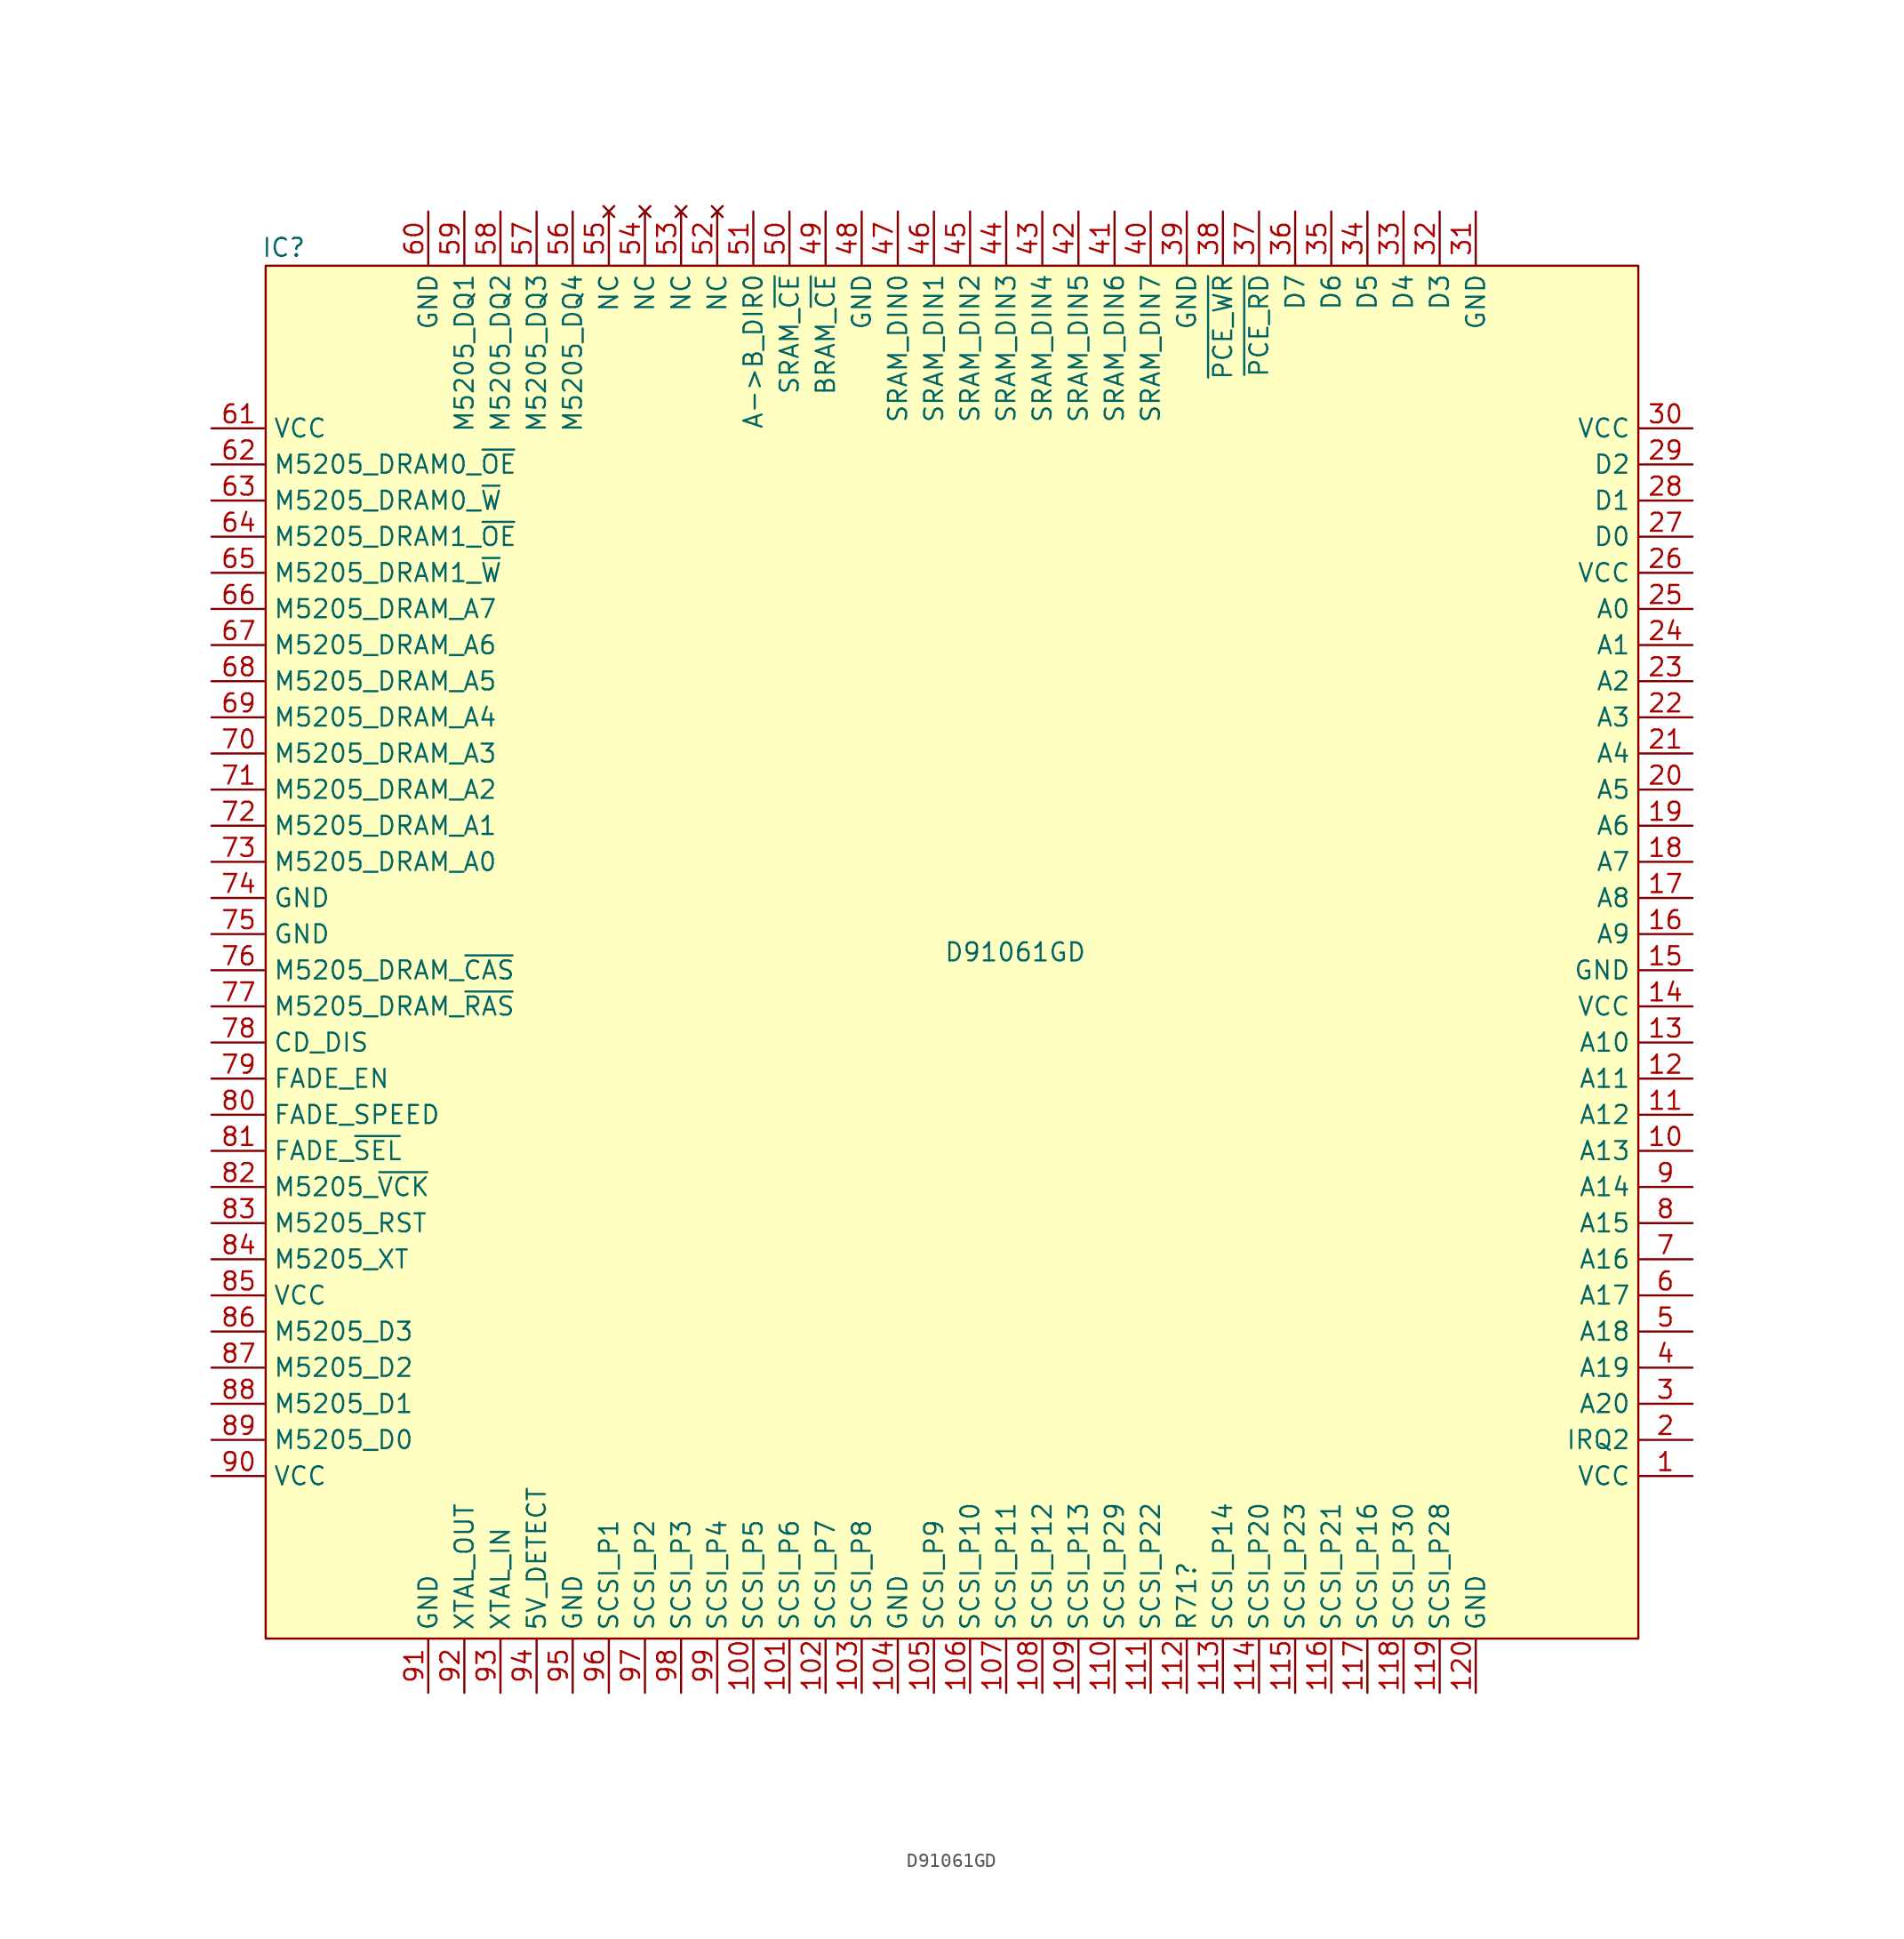
<source format=kicad_sym>
(kicad_symbol_lib
  (version 20211014)
  (generator kicad_symbol_editor)
  (symbol "D91061GD"
    (property "Reference" "IC"
      (at 3.81 12.7 0)
      (effects (font (size 1.27 1.27))))
    (property "Value" "D91061GD"
      (at 55.245 -36.83 0)
      (effects (font (size 1.27 1.27))))
    (symbol "D91061GD_0_1"
      (rectangle (start 2.54 11.43) (end 99.06 -85.09) (stroke (width 0.152) (type default) (color 0 0 0 0)) (fill (type background))))
    (symbol "D91061GD_1_1"
      (pin power_in line (at 102.87 -73.66 180) (length 3.81) (name "VCC" (effects (font (size 1.27 1.27)))) (number "1" (effects (font (size 1.27 1.27)))))
      (pin input line (at 102.87 -50.8 180) (length 3.81) (name "A13" (effects (font (size 1.27 1.27)))) (number "10" (effects (font (size 1.27 1.27)))))
      (pin output line (at 36.83 -88.9 90) (length 3.81) (name "SCSI_P5" (effects (font (size 1.27 1.27)))) (number "100" (effects (font (size 1.27 1.27)))))
      (pin output line (at 39.37 -88.9 90) (length 3.81) (name "SCSI_P6" (effects (font (size 1.27 1.27)))) (number "101" (effects (font (size 1.27 1.27)))))
      (pin output line (at 41.91 -88.9 90) (length 3.81) (name "SCSI_P7" (effects (font (size 1.27 1.27)))) (number "102" (effects (font (size 1.27 1.27)))))
      (pin output line (at 44.45 -88.9 90) (length 3.81) (name "SCSI_P8" (effects (font (size 1.27 1.27)))) (number "103" (effects (font (size 1.27 1.27)))))
      (pin power_in line (at 46.99 -88.9 90) (length 3.81) (name "GND" (effects (font (size 1.27 1.27)))) (number "104" (effects (font (size 1.27 1.27)))))
      (pin output line (at 49.53 -88.9 90) (length 3.81) (name "SCSI_P9" (effects (font (size 1.27 1.27)))) (number "105" (effects (font (size 1.27 1.27)))))
      (pin output line (at 52.07 -88.9 90) (length 3.81) (name "SCSI_P10" (effects (font (size 1.27 1.27)))) (number "106" (effects (font (size 1.27 1.27)))))
      (pin output line (at 54.61 -88.9 90) (length 3.81) (name "SCSI_P11" (effects (font (size 1.27 1.27)))) (number "107" (effects (font (size 1.27 1.27)))))
      (pin output line (at 57.15 -88.9 90) (length 3.81) (name "SCSI_P12" (effects (font (size 1.27 1.27)))) (number "108" (effects (font (size 1.27 1.27)))))
      (pin output line (at 59.69 -88.9 90) (length 3.81) (name "SCSI_P13" (effects (font (size 1.27 1.27)))) (number "109" (effects (font (size 1.27 1.27)))))
      (pin input line (at 102.87 -48.26 180) (length 3.81) (name "A12" (effects (font (size 1.27 1.27)))) (number "11" (effects (font (size 1.27 1.27)))))
      (pin output line (at 62.23 -88.9 90) (length 3.81) (name "SCSI_P29" (effects (font (size 1.27 1.27)))) (number "110" (effects (font (size 1.27 1.27)))))
      (pin output line (at 64.77 -88.9 90) (length 3.81) (name "SCSI_P22" (effects (font (size 1.27 1.27)))) (number "111" (effects (font (size 1.27 1.27)))))
      (pin input line (at 67.31 -88.9 90) (length 3.81) (name "R71?" (effects (font (size 1.27 1.27)))) (number "112" (effects (font (size 1.27 1.27)))))
      (pin output line (at 69.85 -88.9 90) (length 3.81) (name "SCSI_P14" (effects (font (size 1.27 1.27)))) (number "113" (effects (font (size 1.27 1.27)))))
      (pin output line (at 72.39 -88.9 90) (length 3.81) (name "SCSI_P20" (effects (font (size 1.27 1.27)))) (number "114" (effects (font (size 1.27 1.27)))))
      (pin output line (at 74.93 -88.9 90) (length 3.81) (name "SCSI_P23" (effects (font (size 1.27 1.27)))) (number "115" (effects (font (size 1.27 1.27)))))
      (pin output line (at 77.47 -88.9 90) (length 3.81) (name "SCSI_P21" (effects (font (size 1.27 1.27)))) (number "116" (effects (font (size 1.27 1.27)))))
      (pin output line (at 80.01 -88.9 90) (length 3.81) (name "SCSI_P16" (effects (font (size 1.27 1.27)))) (number "117" (effects (font (size 1.27 1.27)))))
      (pin output line (at 82.55 -88.9 90) (length 3.81) (name "SCSI_P30" (effects (font (size 1.27 1.27)))) (number "118" (effects (font (size 1.27 1.27)))))
      (pin output line (at 85.09 -88.9 90) (length 3.81) (name "SCSI_P28" (effects (font (size 1.27 1.27)))) (number "119" (effects (font (size 1.27 1.27)))))
      (pin input line (at 102.87 -45.72 180) (length 3.81) (name "A11" (effects (font (size 1.27 1.27)))) (number "12" (effects (font (size 1.27 1.27)))))
      (pin power_in line (at 87.63 -88.9 90) (length 3.81) (name "GND" (effects (font (size 1.27 1.27)))) (number "120" (effects (font (size 1.27 1.27)))))
      (pin input line (at 102.87 -43.18 180) (length 3.81) (name "A10" (effects (font (size 1.27 1.27)))) (number "13" (effects (font (size 1.27 1.27)))))
      (pin power_in line (at 102.87 -40.64 180) (length 3.81) (name "VCC" (effects (font (size 1.27 1.27)))) (number "14" (effects (font (size 1.27 1.27)))))
      (pin power_in line (at 102.87 -38.1 180) (length 3.81) (name "GND" (effects (font (size 1.27 1.27)))) (number "15" (effects (font (size 1.27 1.27)))))
      (pin input line (at 102.87 -35.56 180) (length 3.81) (name "A9" (effects (font (size 1.27 1.27)))) (number "16" (effects (font (size 1.27 1.27)))))
      (pin input line (at 102.87 -33.02 180) (length 3.81) (name "A8" (effects (font (size 1.27 1.27)))) (number "17" (effects (font (size 1.27 1.27)))))
      (pin input line (at 102.87 -30.48 180) (length 3.81) (name "A7" (effects (font (size 1.27 1.27)))) (number "18" (effects (font (size 1.27 1.27)))))
      (pin input line (at 102.87 -27.94 180) (length 3.81) (name "A6" (effects (font (size 1.27 1.27)))) (number "19" (effects (font (size 1.27 1.27)))))
      (pin output line (at 102.87 -71.12 180) (length 3.81) (name "IRQ2" (effects (font (size 1.27 1.27)))) (number "2" (effects (font (size 1.27 1.27)))))
      (pin input line (at 102.87 -25.4 180) (length 3.81) (name "A5" (effects (font (size 1.27 1.27)))) (number "20" (effects (font (size 1.27 1.27)))))
      (pin input line (at 102.87 -22.86 180) (length 3.81) (name "A4" (effects (font (size 1.27 1.27)))) (number "21" (effects (font (size 1.27 1.27)))))
      (pin input line (at 102.87 -20.32 180) (length 3.81) (name "A3" (effects (font (size 1.27 1.27)))) (number "22" (effects (font (size 1.27 1.27)))))
      (pin input line (at 102.87 -17.78 180) (length 3.81) (name "A2" (effects (font (size 1.27 1.27)))) (number "23" (effects (font (size 1.27 1.27)))))
      (pin input line (at 102.87 -15.24 180) (length 3.81) (name "A1" (effects (font (size 1.27 1.27)))) (number "24" (effects (font (size 1.27 1.27)))))
      (pin input line (at 102.87 -12.7 180) (length 3.81) (name "A0" (effects (font (size 1.27 1.27)))) (number "25" (effects (font (size 1.27 1.27)))))
      (pin power_in line (at 102.87 -10.16 180) (length 3.81) (name "VCC" (effects (font (size 1.27 1.27)))) (number "26" (effects (font (size 1.27 1.27)))))
      (pin bidirectional line (at 102.87 -7.62 180) (length 3.81) (name "D0" (effects (font (size 1.27 1.27)))) (number "27" (effects (font (size 1.27 1.27)))))
      (pin bidirectional line (at 102.87 -5.08 180) (length 3.81) (name "D1" (effects (font (size 1.27 1.27)))) (number "28" (effects (font (size 1.27 1.27)))))
      (pin bidirectional line (at 102.87 -2.54 180) (length 3.81) (name "D2" (effects (font (size 1.27 1.27)))) (number "29" (effects (font (size 1.27 1.27)))))
      (pin input line (at 102.87 -68.58 180) (length 3.81) (name "A20" (effects (font (size 1.27 1.27)))) (number "3" (effects (font (size 1.27 1.27)))))
      (pin power_in line (at 102.87 0 180) (length 3.81) (name "VCC" (effects (font (size 1.27 1.27)))) (number "30" (effects (font (size 1.27 1.27)))))
      (pin power_in line (at 87.63 15.24 270) (length 3.81) (name "GND" (effects (font (size 1.27 1.27)))) (number "31" (effects (font (size 1.27 1.27)))))
      (pin bidirectional line (at 85.09 15.24 270) (length 3.81) (name "D3" (effects (font (size 1.27 1.27)))) (number "32" (effects (font (size 1.27 1.27)))))
      (pin bidirectional line (at 82.55 15.24 270) (length 3.81) (name "D4" (effects (font (size 1.27 1.27)))) (number "33" (effects (font (size 1.27 1.27)))))
      (pin bidirectional line (at 80.01 15.24 270) (length 3.81) (name "D5" (effects (font (size 1.27 1.27)))) (number "34" (effects (font (size 1.27 1.27)))))
      (pin bidirectional line (at 77.47 15.24 270) (length 3.81) (name "D6" (effects (font (size 1.27 1.27)))) (number "35" (effects (font (size 1.27 1.27)))))
      (pin bidirectional line (at 74.93 15.24 270) (length 3.81) (name "D7" (effects (font (size 1.27 1.27)))) (number "36" (effects (font (size 1.27 1.27)))))
      (pin input line (at 72.39 15.24 270) (length 3.81) (name "~{PCE_RD}" (effects (font (size 1.27 1.27)))) (number "37" (effects (font (size 1.27 1.27)))))
      (pin input line (at 69.85 15.24 270) (length 3.81) (name "~{PCE_WR}" (effects (font (size 1.27 1.27)))) (number "38" (effects (font (size 1.27 1.27)))))
      (pin power_in line (at 67.31 15.24 270) (length 3.81) (name "GND" (effects (font (size 1.27 1.27)))) (number "39" (effects (font (size 1.27 1.27)))))
      (pin input line (at 102.87 -66.04 180) (length 3.81) (name "A19" (effects (font (size 1.27 1.27)))) (number "4" (effects (font (size 1.27 1.27)))))
      (pin bidirectional line (at 64.77 15.24 270) (length 3.81) (name "SRAM_DIN7" (effects (font (size 1.27 1.27)))) (number "40" (effects (font (size 1.27 1.27)))))
      (pin bidirectional line (at 62.23 15.24 270) (length 3.81) (name "SRAM_DIN6" (effects (font (size 1.27 1.27)))) (number "41" (effects (font (size 1.27 1.27)))))
      (pin bidirectional line (at 59.69 15.24 270) (length 3.81) (name "SRAM_DIN5" (effects (font (size 1.27 1.27)))) (number "42" (effects (font (size 1.27 1.27)))))
      (pin bidirectional line (at 57.15 15.24 270) (length 3.81) (name "SRAM_DIN4" (effects (font (size 1.27 1.27)))) (number "43" (effects (font (size 1.27 1.27)))))
      (pin bidirectional line (at 54.61 15.24 270) (length 3.81) (name "SRAM_DIN3" (effects (font (size 1.27 1.27)))) (number "44" (effects (font (size 1.27 1.27)))))
      (pin bidirectional line (at 52.07 15.24 270) (length 3.81) (name "SRAM_DIN2" (effects (font (size 1.27 1.27)))) (number "45" (effects (font (size 1.27 1.27)))))
      (pin bidirectional line (at 49.53 15.24 270) (length 3.81) (name "SRAM_DIN1" (effects (font (size 1.27 1.27)))) (number "46" (effects (font (size 1.27 1.27)))))
      (pin bidirectional line (at 46.99 15.24 270) (length 3.81) (name "SRAM_DIN0" (effects (font (size 1.27 1.27)))) (number "47" (effects (font (size 1.27 1.27)))))
      (pin power_in line (at 44.45 15.24 270) (length 3.81) (name "GND" (effects (font (size 1.27 1.27)))) (number "48" (effects (font (size 1.27 1.27)))))
      (pin output line (at 41.91 15.24 270) (length 3.81) (name "BRAM_~{CE}" (effects (font (size 1.27 1.27)))) (number "49" (effects (font (size 1.27 1.27)))))
      (pin input line (at 102.87 -63.5 180) (length 3.81) (name "A18" (effects (font (size 1.27 1.27)))) (number "5" (effects (font (size 1.27 1.27)))))
      (pin output line (at 39.37 15.24 270) (length 3.81) (name "SRAM_~{CE}" (effects (font (size 1.27 1.27)))) (number "50" (effects (font (size 1.27 1.27)))))
      (pin output line (at 36.83 15.24 270) (length 3.81) (name "A->B_DIR0" (effects (font (size 1.27 1.27)))) (number "51" (effects (font (size 1.27 1.27)))))
      (pin no_connect line (at 34.29 15.24 270) (length 3.81) (name "NC" (effects (font (size 1.27 1.27)))) (number "52" (effects (font (size 1.27 1.27)))))
      (pin no_connect line (at 31.75 15.24 270) (length 3.81) (name "NC" (effects (font (size 1.27 1.27)))) (number "53" (effects (font (size 1.27 1.27)))))
      (pin no_connect line (at 29.21 15.24 270) (length 3.81) (name "NC" (effects (font (size 1.27 1.27)))) (number "54" (effects (font (size 1.27 1.27)))))
      (pin no_connect line (at 26.67 15.24 270) (length 3.81) (name "NC" (effects (font (size 1.27 1.27)))) (number "55" (effects (font (size 1.27 1.27)))))
      (pin bidirectional line (at 24.13 15.24 270) (length 3.81) (name "M5205_DQ4" (effects (font (size 1.27 1.27)))) (number "56" (effects (font (size 1.27 1.27)))))
      (pin bidirectional line (at 21.59 15.24 270) (length 3.81) (name "M5205_DQ3" (effects (font (size 1.27 1.27)))) (number "57" (effects (font (size 1.27 1.27)))))
      (pin bidirectional line (at 19.05 15.24 270) (length 3.81) (name "M5205_DQ2" (effects (font (size 1.27 1.27)))) (number "58" (effects (font (size 1.27 1.27)))))
      (pin bidirectional line (at 16.51 15.24 270) (length 3.81) (name "M5205_DQ1" (effects (font (size 1.27 1.27)))) (number "59" (effects (font (size 1.27 1.27)))))
      (pin input line (at 102.87 -60.96 180) (length 3.81) (name "A17" (effects (font (size 1.27 1.27)))) (number "6" (effects (font (size 1.27 1.27)))))
      (pin power_in line (at 13.97 15.24 270) (length 3.81) (name "GND" (effects (font (size 1.27 1.27)))) (number "60" (effects (font (size 1.27 1.27)))))
      (pin power_in line (at -1.27 0 0) (length 3.81) (name "VCC" (effects (font (size 1.27 1.27)))) (number "61" (effects (font (size 1.27 1.27)))))
      (pin output line (at -1.27 -2.54 0) (length 3.81) (name "M5205_DRAM0_~{OE}" (effects (font (size 1.27 1.27)))) (number "62" (effects (font (size 1.27 1.27)))))
      (pin output line (at -1.27 -5.08 0) (length 3.81) (name "M5205_DRAM0_~{W}" (effects (font (size 1.27 1.27)))) (number "63" (effects (font (size 1.27 1.27)))))
      (pin output line (at -1.27 -7.62 0) (length 3.81) (name "M5205_DRAM1_~{OE}" (effects (font (size 1.27 1.27)))) (number "64" (effects (font (size 1.27 1.27)))))
      (pin output line (at -1.27 -10.16 0) (length 3.81) (name "M5205_DRAM1_~{W}" (effects (font (size 1.27 1.27)))) (number "65" (effects (font (size 1.27 1.27)))))
      (pin output line (at -1.27 -12.7 0) (length 3.81) (name "M5205_DRAM_A7" (effects (font (size 1.27 1.27)))) (number "66" (effects (font (size 1.27 1.27)))))
      (pin output line (at -1.27 -15.24 0) (length 3.81) (name "M5205_DRAM_A6" (effects (font (size 1.27 1.27)))) (number "67" (effects (font (size 1.27 1.27)))))
      (pin output line (at -1.27 -17.78 0) (length 3.81) (name "M5205_DRAM_A5" (effects (font (size 1.27 1.27)))) (number "68" (effects (font (size 1.27 1.27)))))
      (pin output line (at -1.27 -20.32 0) (length 3.81) (name "M5205_DRAM_A4" (effects (font (size 1.27 1.27)))) (number "69" (effects (font (size 1.27 1.27)))))
      (pin input line (at 102.87 -58.42 180) (length 3.81) (name "A16" (effects (font (size 1.27 1.27)))) (number "7" (effects (font (size 1.27 1.27)))))
      (pin output line (at -1.27 -22.86 0) (length 3.81) (name "M5205_DRAM_A3" (effects (font (size 1.27 1.27)))) (number "70" (effects (font (size 1.27 1.27)))))
      (pin output line (at -1.27 -25.4 0) (length 3.81) (name "M5205_DRAM_A2" (effects (font (size 1.27 1.27)))) (number "71" (effects (font (size 1.27 1.27)))))
      (pin output line (at -1.27 -27.94 0) (length 3.81) (name "M5205_DRAM_A1" (effects (font (size 1.27 1.27)))) (number "72" (effects (font (size 1.27 1.27)))))
      (pin output line (at -1.27 -30.48 0) (length 3.81) (name "M5205_DRAM_A0" (effects (font (size 1.27 1.27)))) (number "73" (effects (font (size 1.27 1.27)))))
      (pin power_in line (at -1.27 -33.02 0) (length 3.81) (name "GND" (effects (font (size 1.27 1.27)))) (number "74" (effects (font (size 1.27 1.27)))))
      (pin power_in line (at -1.27 -35.56 0) (length 3.81) (name "GND" (effects (font (size 1.27 1.27)))) (number "75" (effects (font (size 1.27 1.27)))))
      (pin output line (at -1.27 -38.1 0) (length 3.81) (name "M5205_DRAM_~{CAS}" (effects (font (size 1.27 1.27)))) (number "76" (effects (font (size 1.27 1.27)))))
      (pin output line (at -1.27 -40.64 0) (length 3.81) (name "M5205_DRAM_~{RAS}" (effects (font (size 1.27 1.27)))) (number "77" (effects (font (size 1.27 1.27)))))
      (pin output line (at -1.27 -43.18 0) (length 3.81) (name "CD_DIS" (effects (font (size 1.27 1.27)))) (number "78" (effects (font (size 1.27 1.27)))))
      (pin output line (at -1.27 -45.72 0) (length 3.81) (name "FADE_EN" (effects (font (size 1.27 1.27)))) (number "79" (effects (font (size 1.27 1.27)))))
      (pin input line (at 102.87 -55.88 180) (length 3.81) (name "A15" (effects (font (size 1.27 1.27)))) (number "8" (effects (font (size 1.27 1.27)))))
      (pin output line (at -1.27 -48.26 0) (length 3.81) (name "FADE_SPEED" (effects (font (size 1.27 1.27)))) (number "80" (effects (font (size 1.27 1.27)))))
      (pin output line (at -1.27 -50.8 0) (length 3.81) (name "FADE_~{SEL}" (effects (font (size 1.27 1.27)))) (number "81" (effects (font (size 1.27 1.27)))))
      (pin input line (at -1.27 -53.34 0) (length 3.81) (name "M5205_~{VCK}" (effects (font (size 1.27 1.27)))) (number "82" (effects (font (size 1.27 1.27)))))
      (pin output line (at -1.27 -55.88 0) (length 3.81) (name "M5205_RST" (effects (font (size 1.27 1.27)))) (number "83" (effects (font (size 1.27 1.27)))))
      (pin output line (at -1.27 -58.42 0) (length 3.81) (name "M5205_XT" (effects (font (size 1.27 1.27)))) (number "84" (effects (font (size 1.27 1.27)))))
      (pin power_in line (at -1.27 -60.96 0) (length 3.81) (name "VCC" (effects (font (size 1.27 1.27)))) (number "85" (effects (font (size 1.27 1.27)))))
      (pin output line (at -1.27 -63.5 0) (length 3.81) (name "M5205_D3" (effects (font (size 1.27 1.27)))) (number "86" (effects (font (size 1.27 1.27)))))
      (pin output line (at -1.27 -66.04 0) (length 3.81) (name "M5205_D2" (effects (font (size 1.27 1.27)))) (number "87" (effects (font (size 1.27 1.27)))))
      (pin output line (at -1.27 -68.58 0) (length 3.81) (name "M5205_D1" (effects (font (size 1.27 1.27)))) (number "88" (effects (font (size 1.27 1.27)))))
      (pin output line (at -1.27 -71.12 0) (length 3.81) (name "M5205_D0" (effects (font (size 1.27 1.27)))) (number "89" (effects (font (size 1.27 1.27)))))
      (pin input line (at 102.87 -53.34 180) (length 3.81) (name "A14" (effects (font (size 1.27 1.27)))) (number "9" (effects (font (size 1.27 1.27)))))
      (pin power_in line (at -1.27 -73.66 0) (length 3.81) (name "VCC" (effects (font (size 1.27 1.27)))) (number "90" (effects (font (size 1.27 1.27)))))
      (pin power_in line (at 13.97 -88.9 90) (length 3.81) (name "GND" (effects (font (size 1.27 1.27)))) (number "91" (effects (font (size 1.27 1.27)))))
      (pin output line (at 16.51 -88.9 90) (length 3.81) (name "XTAL_OUT" (effects (font (size 1.27 1.27)))) (number "92" (effects (font (size 1.27 1.27)))))
      (pin input line (at 19.05 -88.9 90) (length 3.81) (name "XTAL_IN" (effects (font (size 1.27 1.27)))) (number "93" (effects (font (size 1.27 1.27)))))
      (pin input line (at 21.59 -88.9 90) (length 3.81) (name "5V_DETECT" (effects (font (size 1.27 1.27)))) (number "94" (effects (font (size 1.27 1.27)))))
      (pin power_in line (at 24.13 -88.9 90) (length 3.81) (name "GND" (effects (font (size 1.27 1.27)))) (number "95" (effects (font (size 1.27 1.27)))))
      (pin output line (at 26.67 -88.9 90) (length 3.81) (name "SCSI_P1" (effects (font (size 1.27 1.27)))) (number "96" (effects (font (size 1.27 1.27)))))
      (pin output line (at 29.21 -88.9 90) (length 3.81) (name "SCSI_P2" (effects (font (size 1.27 1.27)))) (number "97" (effects (font (size 1.27 1.27)))))
      (pin output line (at 31.75 -88.9 90) (length 3.81) (name "SCSI_P3" (effects (font (size 1.27 1.27)))) (number "98" (effects (font (size 1.27 1.27)))))
      (pin output line (at 34.29 -88.9 90) (length 3.81) (name "SCSI_P4" (effects (font (size 1.27 1.27)))) (number "99" (effects (font (size 1.27 1.27))))))))
</source>
